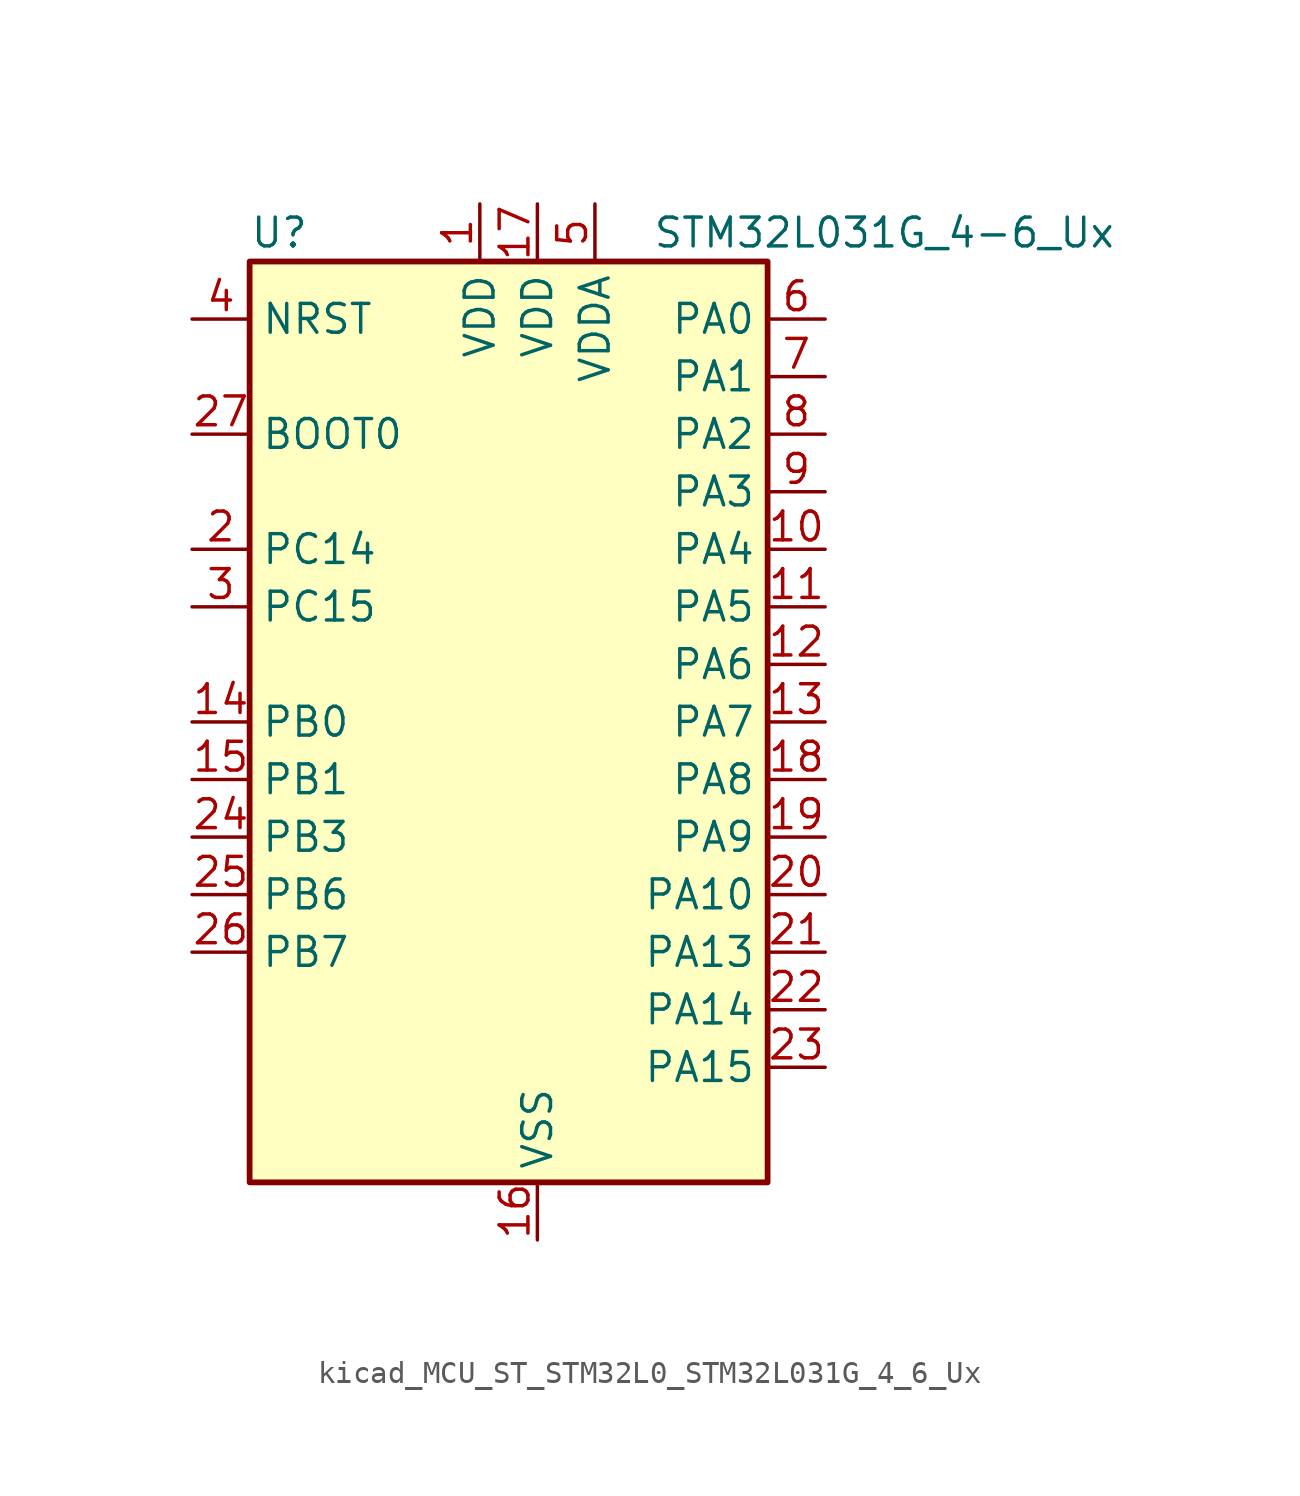
<source format=kicad_sym>
(kicad_symbol_lib
  (version 20220914)
  (generator kicad_symbol_editor)
  (symbol "kicad_MCU_ST_STM32L0_STM32L031G_4_6_Ux"
    (property "Reference" "U"
      (at -10.16 21.59 0)
      (effects (font (size 1.27 1.27)) (justify left)))
    (property "Value" "STM32L031G_4-6_Ux"
      (at 7.62 21.59 0)
      (effects (font (size 1.27 1.27)) (justify left)))
    (property "ki_locked" ""
      (at 0 0 0)
      (effects (font (size 1.27 1.27))))
    (symbol "kicad_MCU_ST_STM32L0_STM32L031G_4_6_Ux_0_1"
      (rectangle (start -10.16 -20.32) (end 12.7 20.32) (stroke (width 0.254) (type default)) (fill (type background))))
    (symbol "kicad_MCU_ST_STM32L0_STM32L031G_4_6_Ux_1_1"
      (pin power_in line (at 0 22.86 270) (length 2.54) (name "VDD" (effects (font (size 1.27 1.27)))) (number "1" (effects (font (size 1.27 1.27)))))
      (pin bidirectional line (at 15.24 7.62 180) (length 2.54) (name "PA4" (effects (font (size 1.27 1.27)))) (number "10" (effects (font (size 1.27 1.27)))) (alternate "ADC_IN4" bidirectional line) (alternate "COMP1_INM" bidirectional line) (alternate "COMP2_INM" bidirectional line) (alternate "LPTIM1_IN1" bidirectional line) (alternate "SPI1_NSS" bidirectional line) (alternate "TIM22_ETR" bidirectional line) (alternate "USART2_CK" bidirectional line))
      (pin bidirectional line (at 15.24 5.08 180) (length 2.54) (name "PA5" (effects (font (size 1.27 1.27)))) (number "11" (effects (font (size 1.27 1.27)))) (alternate "ADC_IN5" bidirectional line) (alternate "COMP1_INM" bidirectional line) (alternate "COMP2_INM" bidirectional line) (alternate "LPTIM1_IN2" bidirectional line) (alternate "SPI1_SCK" bidirectional line) (alternate "TIM2_CH1" bidirectional line) (alternate "TIM2_ETR" bidirectional line))
      (pin bidirectional line (at 15.24 2.54 180) (length 2.54) (name "PA6" (effects (font (size 1.27 1.27)))) (number "12" (effects (font (size 1.27 1.27)))) (alternate "ADC_IN6" bidirectional line) (alternate "COMP1_OUT" bidirectional line) (alternate "LPTIM1_ETR" bidirectional line) (alternate "LPUART1_CTS" bidirectional line) (alternate "SPI1_MISO" bidirectional line) (alternate "TIM22_CH1" bidirectional line))
      (pin bidirectional line (at 15.24 0 180) (length 2.54) (name "PA7" (effects (font (size 1.27 1.27)))) (number "13" (effects (font (size 1.27 1.27)))) (alternate "ADC_IN7" bidirectional line) (alternate "COMP2_OUT" bidirectional line) (alternate "LPTIM1_OUT" bidirectional line) (alternate "SPI1_MOSI" bidirectional line) (alternate "TIM22_CH2" bidirectional line) (alternate "USART2_CTS" bidirectional line))
      (pin bidirectional line (at -12.7 0 0) (length 2.54) (name "PB0" (effects (font (size 1.27 1.27)))) (number "14" (effects (font (size 1.27 1.27)))) (alternate "ADC_IN8" bidirectional line) (alternate "SPI1_MISO" bidirectional line) (alternate "SYS_VREF_OUT_PB0" bidirectional line) (alternate "TIM2_CH3" bidirectional line) (alternate "USART2_DE" bidirectional line) (alternate "USART2_RTS" bidirectional line))
      (pin bidirectional line (at -12.7 -2.54 0) (length 2.54) (name "PB1" (effects (font (size 1.27 1.27)))) (number "15" (effects (font (size 1.27 1.27)))) (alternate "ADC_IN9" bidirectional line) (alternate "LPUART1_DE" bidirectional line) (alternate "LPUART1_RTS" bidirectional line) (alternate "SPI1_MOSI" bidirectional line) (alternate "SYS_VREF_OUT_PB1" bidirectional line) (alternate "TIM2_CH4" bidirectional line) (alternate "USART2_CK" bidirectional line))
      (pin power_in line (at 2.54 -22.86 90) (length 2.54) (name "VSS" (effects (font (size 1.27 1.27)))) (number "16" (effects (font (size 1.27 1.27)))))
      (pin power_in line (at 2.54 22.86 270) (length 2.54) (name "VDD" (effects (font (size 1.27 1.27)))) (number "17" (effects (font (size 1.27 1.27)))))
      (pin bidirectional line (at 15.24 -2.54 180) (length 2.54) (name "PA8" (effects (font (size 1.27 1.27)))) (number "18" (effects (font (size 1.27 1.27)))) (alternate "LPTIM1_IN1" bidirectional line) (alternate "RCC_MCO" bidirectional line) (alternate "TIM2_CH1" bidirectional line) (alternate "USART2_CK" bidirectional line))
      (pin bidirectional line (at 15.24 -5.08 180) (length 2.54) (name "PA9" (effects (font (size 1.27 1.27)))) (number "19" (effects (font (size 1.27 1.27)))) (alternate "I2C1_SCL" bidirectional line) (alternate "RCC_MCO" bidirectional line) (alternate "TIM22_CH1" bidirectional line) (alternate "USART2_TX" bidirectional line))
      (pin bidirectional line (at -12.7 7.62 0) (length 2.54) (name "PC14" (effects (font (size 1.27 1.27)))) (number "2" (effects (font (size 1.27 1.27)))) (alternate "RCC_OSC32_IN" bidirectional line))
      (pin bidirectional line (at 15.24 -7.62 180) (length 2.54) (name "PA10" (effects (font (size 1.27 1.27)))) (number "20" (effects (font (size 1.27 1.27)))) (alternate "I2C1_SDA" bidirectional line) (alternate "TIM22_CH2" bidirectional line) (alternate "USART2_RX" bidirectional line))
      (pin bidirectional line (at 15.24 -10.16 180) (length 2.54) (name "PA13" (effects (font (size 1.27 1.27)))) (number "21" (effects (font (size 1.27 1.27)))) (alternate "LPTIM1_ETR" bidirectional line) (alternate "LPUART1_RX" bidirectional line) (alternate "SYS_SWDIO" bidirectional line))
      (pin bidirectional line (at 15.24 -12.7 180) (length 2.54) (name "PA14" (effects (font (size 1.27 1.27)))) (number "22" (effects (font (size 1.27 1.27)))) (alternate "I2C1_SMBA" bidirectional line) (alternate "LPTIM1_OUT" bidirectional line) (alternate "LPUART1_TX" bidirectional line) (alternate "SYS_SWCLK" bidirectional line) (alternate "USART2_TX" bidirectional line))
      (pin bidirectional line (at 15.24 -15.24 180) (length 2.54) (name "PA15" (effects (font (size 1.27 1.27)))) (number "23" (effects (font (size 1.27 1.27)))) (alternate "SPI1_NSS" bidirectional line) (alternate "TIM2_CH1" bidirectional line) (alternate "TIM2_ETR" bidirectional line) (alternate "USART2_RX" bidirectional line))
      (pin bidirectional line (at -12.7 -5.08 0) (length 2.54) (name "PB3" (effects (font (size 1.27 1.27)))) (number "24" (effects (font (size 1.27 1.27)))) (alternate "COMP2_INM" bidirectional line) (alternate "SPI1_SCK" bidirectional line) (alternate "TIM2_CH2" bidirectional line))
      (pin bidirectional line (at -12.7 -7.62 0) (length 2.54) (name "PB6" (effects (font (size 1.27 1.27)))) (number "25" (effects (font (size 1.27 1.27)))) (alternate "COMP2_INP" bidirectional line) (alternate "I2C1_SCL" bidirectional line) (alternate "LPTIM1_ETR" bidirectional line) (alternate "TIM21_CH1" bidirectional line) (alternate "USART2_TX" bidirectional line))
      (pin bidirectional line (at -12.7 -10.16 0) (length 2.54) (name "PB7" (effects (font (size 1.27 1.27)))) (number "26" (effects (font (size 1.27 1.27)))) (alternate "COMP2_INP" bidirectional line) (alternate "I2C1_SDA" bidirectional line) (alternate "LPTIM1_IN2" bidirectional line) (alternate "SYS_PVD_IN" bidirectional line) (alternate "USART2_RX" bidirectional line))
      (pin input line (at -12.7 12.7 0) (length 2.54) (name "BOOT0" (effects (font (size 1.27 1.27)))) (number "27" (effects (font (size 1.27 1.27)))))
      (pin passive line (at 2.54 -22.86 90) (length 2.54) hide (name "VSS" (effects (font (size 1.27 1.27)))) (number "28" (effects (font (size 1.27 1.27)))))
      (pin bidirectional line (at -12.7 5.08 0) (length 2.54) (name "PC15" (effects (font (size 1.27 1.27)))) (number "3" (effects (font (size 1.27 1.27)))) (alternate "RCC_OSC32_OUT" bidirectional line))
      (pin input line (at -12.7 17.78 0) (length 2.54) (name "NRST" (effects (font (size 1.27 1.27)))) (number "4" (effects (font (size 1.27 1.27)))))
      (pin power_in line (at 5.08 22.86 270) (length 2.54) (name "VDDA" (effects (font (size 1.27 1.27)))) (number "5" (effects (font (size 1.27 1.27)))))
      (pin bidirectional line (at 15.24 17.78 180) (length 2.54) (name "PA0" (effects (font (size 1.27 1.27)))) (number "6" (effects (font (size 1.27 1.27)))) (alternate "ADC_IN0" bidirectional line) (alternate "COMP1_INM" bidirectional line) (alternate "COMP1_OUT" bidirectional line) (alternate "LPTIM1_IN1" bidirectional line) (alternate "RCC_CK_IN" bidirectional line) (alternate "RTC_TAMP2" bidirectional line) (alternate "SYS_WKUP1" bidirectional line) (alternate "TIM2_CH1" bidirectional line) (alternate "TIM2_ETR" bidirectional line) (alternate "USART2_CTS" bidirectional line))
      (pin bidirectional line (at 15.24 15.24 180) (length 2.54) (name "PA1" (effects (font (size 1.27 1.27)))) (number "7" (effects (font (size 1.27 1.27)))) (alternate "ADC_IN1" bidirectional line) (alternate "COMP1_INP" bidirectional line) (alternate "I2C1_SMBA" bidirectional line) (alternate "LPTIM1_IN2" bidirectional line) (alternate "TIM21_ETR" bidirectional line) (alternate "TIM2_CH2" bidirectional line) (alternate "USART2_DE" bidirectional line) (alternate "USART2_RTS" bidirectional line))
      (pin bidirectional line (at 15.24 12.7 180) (length 2.54) (name "PA2" (effects (font (size 1.27 1.27)))) (number "8" (effects (font (size 1.27 1.27)))) (alternate "ADC_IN2" bidirectional line) (alternate "COMP2_INM" bidirectional line) (alternate "COMP2_OUT" bidirectional line) (alternate "LPUART1_TX" bidirectional line) (alternate "RTC_OUT_ALARM" bidirectional line) (alternate "RTC_OUT_CALIB" bidirectional line) (alternate "RTC_TAMP3" bidirectional line) (alternate "RTC_TS" bidirectional line) (alternate "SYS_WKUP3" bidirectional line) (alternate "TIM21_CH1" bidirectional line) (alternate "TIM2_CH3" bidirectional line) (alternate "USART2_TX" bidirectional line))
      (pin bidirectional line (at 15.24 10.16 180) (length 2.54) (name "PA3" (effects (font (size 1.27 1.27)))) (number "9" (effects (font (size 1.27 1.27)))) (alternate "ADC_IN3" bidirectional line) (alternate "COMP2_INP" bidirectional line) (alternate "LPUART1_RX" bidirectional line) (alternate "TIM21_CH2" bidirectional line) (alternate "TIM2_CH4" bidirectional line) (alternate "USART2_RX" bidirectional line)))))
</source>
